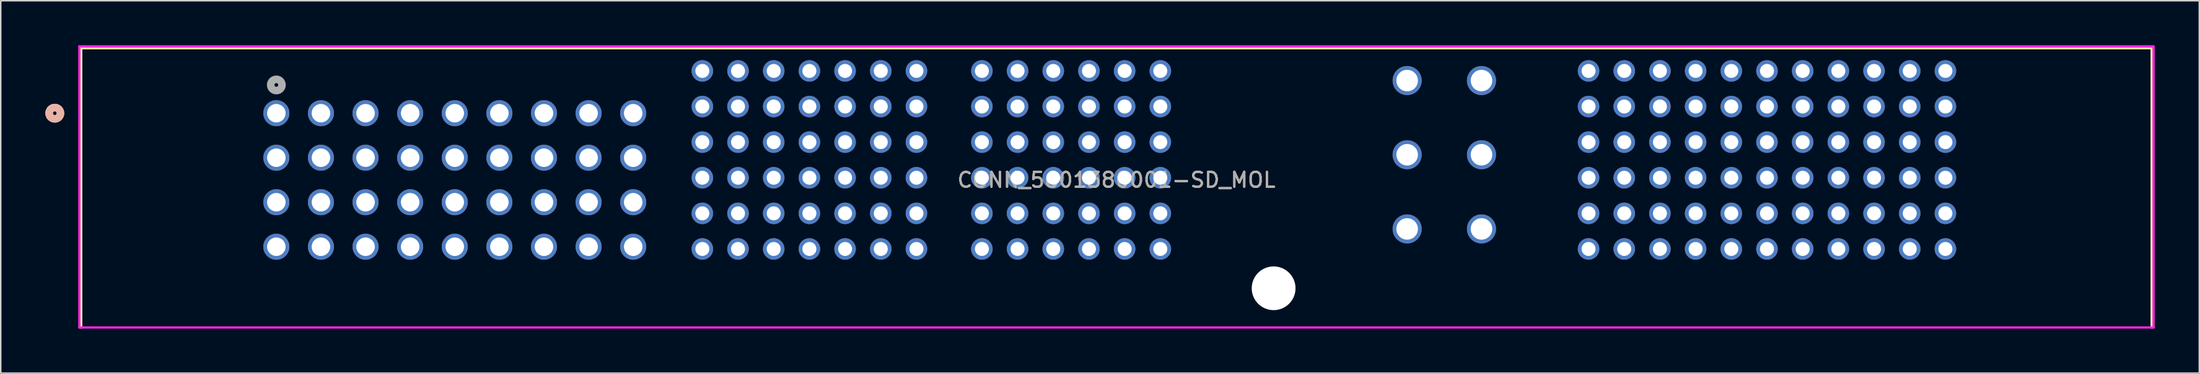
<source format=kicad_pcb>
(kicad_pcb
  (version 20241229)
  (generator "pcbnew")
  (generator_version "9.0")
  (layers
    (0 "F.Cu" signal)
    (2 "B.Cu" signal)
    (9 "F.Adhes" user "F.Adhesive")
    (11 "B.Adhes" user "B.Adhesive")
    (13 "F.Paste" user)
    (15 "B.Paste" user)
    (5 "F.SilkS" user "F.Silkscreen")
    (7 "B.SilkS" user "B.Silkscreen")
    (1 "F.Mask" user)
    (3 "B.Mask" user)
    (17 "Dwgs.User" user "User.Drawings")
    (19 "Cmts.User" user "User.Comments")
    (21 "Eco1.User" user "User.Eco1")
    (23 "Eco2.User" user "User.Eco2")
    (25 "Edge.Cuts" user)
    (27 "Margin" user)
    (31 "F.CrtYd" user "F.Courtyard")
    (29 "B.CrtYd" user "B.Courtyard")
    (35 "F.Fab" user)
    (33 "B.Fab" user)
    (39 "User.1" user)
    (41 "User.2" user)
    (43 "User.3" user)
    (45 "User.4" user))
  (footprint "CONN_5601380001-SD_MOL"
    (layer "F.Cu")
    (at 15.534 4.58)
    (property "Reference" "CONN_5601380001-SD_MOL" (at 56.5 4.5 0) (unlocked yes) (layer "F.SilkS") (effects (font (size 1 1) (thickness 0.15))))
    (attr through_hole)
    (fp_line (start -13.121 -4.377) (end -13.121 14.442) (stroke (width 0.152) (type solid)) (layer "F.SilkS"))
    (fp_line (start 126.121 -4.377) (end -13.121 -4.377) (stroke (width 0.152) (type solid)) (layer "F.SilkS"))
    (fp_line (start 126.121 14.442) (end 126.121 -4.377) (stroke (width 0.152) (type solid)) (layer "F.SilkS"))
    (fp_circle (center -14.899 0) (end -14.518 0) (stroke (width 0.508) (type solid)) (fill no) (layer "F.SilkS"))
    (fp_circle (center -14.899 0) (end -14.518 0) (stroke (width 0.508) (type solid)) (fill no) (layer "B.SilkS"))
    (fp_line (start -13.248 -4.504) (end -13.248 14.442) (stroke (width 0.152) (type solid)) (layer "F.CrtYd"))
    (fp_line (start -13.248 14.442) (end 126.248 14.442) (stroke (width 0.152) (type solid)) (layer "F.CrtYd"))
    (fp_line (start 126.248 -4.504) (end -13.248 -4.504) (stroke (width 0.152) (type solid)) (layer "F.CrtYd"))
    (fp_line (start 126.248 14.442) (end 126.248 -4.504) (stroke (width 0.152) (type solid)) (layer "F.CrtYd"))
    (fp_circle (center 0 -1.905) (end 0.381 -1.905) (stroke (width 0.508) (type solid)) (fill no) (layer "F.Fab"))
    (fp_text user "${REFERENCE}" (at 56.5 4.5 0) (unlocked yes) (layer "F.Fab") (effects (font (size 1 1) (thickness 0.15))))
    (pad "" np_thru_hole circle (at 67.07 11.8) (size 2.946 2.946) (drill 2.946) (layers "*.Cu" "*.Mask"))
    (pad "1" thru_hole circle (at 0 0) (size 1.753 1.753) (drill 1.245) (layers "*.Cu" "*.Mask"))
    (pad "2" thru_hole circle (at 3 0) (size 1.753 1.753) (drill 1.245) (layers "*.Cu" "*.Mask"))
    (pad "3" thru_hole circle (at 6 0) (size 1.753 1.753) (drill 1.245) (layers "*.Cu" "*.Mask"))
    (pad "4" thru_hole circle (at 9 0) (size 1.753 1.753) (drill 1.245) (layers "*.Cu" "*.Mask"))
    (pad "5" thru_hole circle (at 12 0) (size 1.753 1.753) (drill 1.245) (layers "*.Cu" "*.Mask"))
    (pad "6" thru_hole circle (at 15 0) (size 1.753 1.753) (drill 1.245) (layers "*.Cu" "*.Mask"))
    (pad "7" thru_hole circle (at 18 0) (size 1.753 1.753) (drill 1.245) (layers "*.Cu" "*.Mask"))
    (pad "8" thru_hole circle (at 21 0) (size 1.753 1.753) (drill 1.245) (layers "*.Cu" "*.Mask"))
    (pad "9" thru_hole circle (at 24 0) (size 1.753 1.753) (drill 1.245) (layers "*.Cu" "*.Mask"))
    (pad "10" thru_hole circle (at 0 3) (size 1.753 1.753) (drill 1.245) (layers "*.Cu" "*.Mask"))
    (pad "11" thru_hole circle (at 3 3) (size 1.753 1.753) (drill 1.245) (layers "*.Cu" "*.Mask"))
    (pad "12" thru_hole circle (at 6 3) (size 1.753 1.753) (drill 1.245) (layers "*.Cu" "*.Mask"))
    (pad "13" thru_hole circle (at 9 3) (size 1.753 1.753) (drill 1.245) (layers "*.Cu" "*.Mask"))
    (pad "14" thru_hole circle (at 12 3) (size 1.753 1.753) (drill 1.245) (layers "*.Cu" "*.Mask"))
    (pad "15" thru_hole circle (at 15 3) (size 1.753 1.753) (drill 1.245) (layers "*.Cu" "*.Mask"))
    (pad "16" thru_hole circle (at 18 3) (size 1.753 1.753) (drill 1.245) (layers "*.Cu" "*.Mask"))
    (pad "17" thru_hole circle (at 21 3) (size 1.753 1.753) (drill 1.245) (layers "*.Cu" "*.Mask"))
    (pad "18" thru_hole circle (at 24 3) (size 1.753 1.753) (drill 1.245) (layers "*.Cu" "*.Mask"))
    (pad "19" thru_hole circle (at 0 6) (size 1.753 1.753) (drill 1.245) (layers "*.Cu" "*.Mask"))
    (pad "20" thru_hole circle (at 3 6) (size 1.753 1.753) (drill 1.245) (layers "*.Cu" "*.Mask"))
    (pad "21" thru_hole circle (at 6 6) (size 1.753 1.753) (drill 1.245) (layers "*.Cu" "*.Mask"))
    (pad "22" thru_hole circle (at 9 6) (size 1.753 1.753) (drill 1.245) (layers "*.Cu" "*.Mask"))
    (pad "23" thru_hole circle (at 12 6) (size 1.753 1.753) (drill 1.245) (layers "*.Cu" "*.Mask"))
    (pad "24" thru_hole circle (at 15 6) (size 1.753 1.753) (drill 1.245) (layers "*.Cu" "*.Mask"))
    (pad "25" thru_hole circle (at 18 6) (size 1.753 1.753) (drill 1.245) (layers "*.Cu" "*.Mask"))
    (pad "26" thru_hole circle (at 21 6) (size 1.753 1.753) (drill 1.245) (layers "*.Cu" "*.Mask"))
    (pad "27" thru_hole circle (at 24 6) (size 1.753 1.753) (drill 1.245) (layers "*.Cu" "*.Mask"))
    (pad "28" thru_hole circle (at 0 9) (size 1.753 1.753) (drill 1.245) (layers "*.Cu" "*.Mask"))
    (pad "29" thru_hole circle (at 3 9) (size 1.753 1.753) (drill 1.245) (layers "*.Cu" "*.Mask"))
    (pad "30" thru_hole circle (at 6 9) (size 1.753 1.753) (drill 1.245) (layers "*.Cu" "*.Mask"))
    (pad "31" thru_hole circle (at 9 9) (size 1.753 1.753) (drill 1.245) (layers "*.Cu" "*.Mask"))
    (pad "32" thru_hole circle (at 12 9) (size 1.753 1.753) (drill 1.245) (layers "*.Cu" "*.Mask"))
    (pad "33" thru_hole circle (at 15 9) (size 1.753 1.753) (drill 1.245) (layers "*.Cu" "*.Mask"))
    (pad "34" thru_hole circle (at 18 9) (size 1.753 1.753) (drill 1.245) (layers "*.Cu" "*.Mask"))
    (pad "35" thru_hole circle (at 21 9) (size 1.753 1.753) (drill 1.245) (layers "*.Cu" "*.Mask"))
    (pad "36" thru_hole circle (at 24 9) (size 1.753 1.753) (drill 1.245) (layers "*.Cu" "*.Mask"))
    (pad "37" thru_hole circle (at 28.65 -2.85) (size 1.448 1.448) (drill 0.94) (layers "*.Cu" "*.Mask"))
    (pad "38" thru_hole circle (at 31.05 -2.85) (size 1.448 1.448) (drill 0.94) (layers "*.Cu" "*.Mask"))
    (pad "39" thru_hole circle (at 33.45 -2.85) (size 1.448 1.448) (drill 0.94) (layers "*.Cu" "*.Mask"))
    (pad "40" thru_hole circle (at 35.85 -2.85) (size 1.448 1.448) (drill 0.94) (layers "*.Cu" "*.Mask"))
    (pad "41" thru_hole circle (at 38.25 -2.85) (size 1.448 1.448) (drill 0.94) (layers "*.Cu" "*.Mask"))
    (pad "42" thru_hole circle (at 40.65 -2.85) (size 1.448 1.448) (drill 0.94) (layers "*.Cu" "*.Mask"))
    (pad "43" thru_hole circle (at 43.05 -2.85) (size 1.448 1.448) (drill 0.94) (layers "*.Cu" "*.Mask"))
    (pad "44" thru_hole circle (at 47.45 -2.85) (size 1.448 1.448) (drill 0.94) (layers "*.Cu" "*.Mask"))
    (pad "45" thru_hole circle (at 49.85 -2.85) (size 1.448 1.448) (drill 0.94) (layers "*.Cu" "*.Mask"))
    (pad "46" thru_hole circle (at 52.25 -2.85) (size 1.448 1.448) (drill 0.94) (layers "*.Cu" "*.Mask"))
    (pad "47" thru_hole circle (at 54.65 -2.85) (size 1.448 1.448) (drill 0.94) (layers "*.Cu" "*.Mask"))
    (pad "48" thru_hole circle (at 57.05 -2.85) (size 1.448 1.448) (drill 0.94) (layers "*.Cu" "*.Mask"))
    (pad "49" thru_hole circle (at 59.45 -2.85) (size 1.448 1.448) (drill 0.94) (layers "*.Cu" "*.Mask"))
    (pad "50" thru_hole circle (at 28.65 -0.45) (size 1.448 1.448) (drill 0.94) (layers "*.Cu" "*.Mask"))
    (pad "51" thru_hole circle (at 31.05 -0.45) (size 1.448 1.448) (drill 0.94) (layers "*.Cu" "*.Mask"))
    (pad "52" thru_hole circle (at 33.45 -0.45) (size 1.448 1.448) (drill 0.94) (layers "*.Cu" "*.Mask"))
    (pad "53" thru_hole circle (at 35.85 -0.45) (size 1.448 1.448) (drill 0.94) (layers "*.Cu" "*.Mask"))
    (pad "54" thru_hole circle (at 38.25 -0.45) (size 1.448 1.448) (drill 0.94) (layers "*.Cu" "*.Mask"))
    (pad "55" thru_hole circle (at 40.65 -0.45) (size 1.448 1.448) (drill 0.94) (layers "*.Cu" "*.Mask"))
    (pad "56" thru_hole circle (at 43.05 -0.45) (size 1.448 1.448) (drill 0.94) (layers "*.Cu" "*.Mask"))
    (pad "57" thru_hole circle (at 47.45 -0.45) (size 1.448 1.448) (drill 0.94) (layers "*.Cu" "*.Mask"))
    (pad "58" thru_hole circle (at 49.85 -0.45) (size 1.448 1.448) (drill 0.94) (layers "*.Cu" "*.Mask"))
    (pad "59" thru_hole circle (at 52.25 -0.45) (size 1.448 1.448) (drill 0.94) (layers "*.Cu" "*.Mask"))
    (pad "60" thru_hole circle (at 54.65 -0.45) (size 1.448 1.448) (drill 0.94) (layers "*.Cu" "*.Mask"))
    (pad "61" thru_hole circle (at 57.05 -0.45) (size 1.448 1.448) (drill 0.94) (layers "*.Cu" "*.Mask"))
    (pad "62" thru_hole circle (at 59.45 -0.45) (size 1.448 1.448) (drill 0.94) (layers "*.Cu" "*.Mask"))
    (pad "63" thru_hole circle (at 28.65 1.95) (size 1.448 1.448) (drill 0.94) (layers "*.Cu" "*.Mask"))
    (pad "64" thru_hole circle (at 31.05 1.95) (size 1.448 1.448) (drill 0.94) (layers "*.Cu" "*.Mask"))
    (pad "65" thru_hole circle (at 33.45 1.95) (size 1.448 1.448) (drill 0.94) (layers "*.Cu" "*.Mask"))
    (pad "66" thru_hole circle (at 35.85 1.95) (size 1.448 1.448) (drill 0.94) (layers "*.Cu" "*.Mask"))
    (pad "67" thru_hole circle (at 38.25 1.95) (size 1.448 1.448) (drill 0.94) (layers "*.Cu" "*.Mask"))
    (pad "68" thru_hole circle (at 40.65 1.95) (size 1.448 1.448) (drill 0.94) (layers "*.Cu" "*.Mask"))
    (pad "69" thru_hole circle (at 43.05 1.95) (size 1.448 1.448) (drill 0.94) (layers "*.Cu" "*.Mask"))
    (pad "70" thru_hole circle (at 47.45 1.95) (size 1.448 1.448) (drill 0.94) (layers "*.Cu" "*.Mask"))
    (pad "71" thru_hole circle (at 49.85 1.95) (size 1.448 1.448) (drill 0.94) (layers "*.Cu" "*.Mask"))
    (pad "72" thru_hole circle (at 52.25 1.95) (size 1.448 1.448) (drill 0.94) (layers "*.Cu" "*.Mask"))
    (pad "73" thru_hole circle (at 54.65 1.95) (size 1.448 1.448) (drill 0.94) (layers "*.Cu" "*.Mask"))
    (pad "74" thru_hole circle (at 57.05 1.95) (size 1.448 1.448) (drill 0.94) (layers "*.Cu" "*.Mask"))
    (pad "75" thru_hole circle (at 59.45 1.95) (size 1.448 1.448) (drill 0.94) (layers "*.Cu" "*.Mask"))
    (pad "76" thru_hole circle (at 28.65 4.35) (size 1.448 1.448) (drill 0.94) (layers "*.Cu" "*.Mask"))
    (pad "77" thru_hole circle (at 31.05 4.35) (size 1.448 1.448) (drill 0.94) (layers "*.Cu" "*.Mask"))
    (pad "78" thru_hole circle (at 33.45 4.35) (size 1.448 1.448) (drill 0.94) (layers "*.Cu" "*.Mask"))
    (pad "79" thru_hole circle (at 35.85 4.35) (size 1.448 1.448) (drill 0.94) (layers "*.Cu" "*.Mask"))
    (pad "80" thru_hole circle (at 38.25 4.35) (size 1.448 1.448) (drill 0.94) (layers "*.Cu" "*.Mask"))
    (pad "81" thru_hole circle (at 40.65 4.35) (size 1.448 1.448) (drill 0.94) (layers "*.Cu" "*.Mask"))
    (pad "82" thru_hole circle (at 43.05 4.35) (size 1.448 1.448) (drill 0.94) (layers "*.Cu" "*.Mask"))
    (pad "83" thru_hole circle (at 47.45 4.35) (size 1.448 1.448) (drill 0.94) (layers "*.Cu" "*.Mask"))
    (pad "84" thru_hole circle (at 49.85 4.35) (size 1.448 1.448) (drill 0.94) (layers "*.Cu" "*.Mask"))
    (pad "85" thru_hole circle (at 52.25 4.35) (size 1.448 1.448) (drill 0.94) (layers "*.Cu" "*.Mask"))
    (pad "86" thru_hole circle (at 54.65 4.35) (size 1.448 1.448) (drill 0.94) (layers "*.Cu" "*.Mask"))
    (pad "87" thru_hole circle (at 57.05 4.35) (size 1.448 1.448) (drill 0.94) (layers "*.Cu" "*.Mask"))
    (pad "88" thru_hole circle (at 59.45 4.35) (size 1.448 1.448) (drill 0.94) (layers "*.Cu" "*.Mask"))
    (pad "89" thru_hole circle (at 28.65 6.75) (size 1.448 1.448) (drill 0.94) (layers "*.Cu" "*.Mask"))
    (pad "90" thru_hole circle (at 31.05 6.75) (size 1.448 1.448) (drill 0.94) (layers "*.Cu" "*.Mask"))
    (pad "91" thru_hole circle (at 33.45 6.75) (size 1.448 1.448) (drill 0.94) (layers "*.Cu" "*.Mask"))
    (pad "92" thru_hole circle (at 35.85 6.75) (size 1.448 1.448) (drill 0.94) (layers "*.Cu" "*.Mask"))
    (pad "93" thru_hole circle (at 38.25 6.75) (size 1.448 1.448) (drill 0.94) (layers "*.Cu" "*.Mask"))
    (pad "94" thru_hole circle (at 40.65 6.75) (size 1.448 1.448) (drill 0.94) (layers "*.Cu" "*.Mask"))
    (pad "95" thru_hole circle (at 43.05 6.75) (size 1.448 1.448) (drill 0.94) (layers "*.Cu" "*.Mask"))
    (pad "96" thru_hole circle (at 47.45 6.75) (size 1.448 1.448) (drill 0.94) (layers "*.Cu" "*.Mask"))
    (pad "97" thru_hole circle (at 49.85 6.75) (size 1.448 1.448) (drill 0.94) (layers "*.Cu" "*.Mask"))
    (pad "98" thru_hole circle (at 52.25 6.75) (size 1.448 1.448) (drill 0.94) (layers "*.Cu" "*.Mask"))
    (pad "99" thru_hole circle (at 54.65 6.75) (size 1.448 1.448) (drill 0.94) (layers "*.Cu" "*.Mask"))
    (pad "100" thru_hole circle (at 57.05 6.75) (size 1.448 1.448) (drill 0.94) (layers "*.Cu" "*.Mask"))
    (pad "101" thru_hole circle (at 59.45 6.75) (size 1.448 1.448) (drill 0.94) (layers "*.Cu" "*.Mask"))
    (pad "102" thru_hole circle (at 28.65 9.15) (size 1.448 1.448) (drill 0.94) (layers "*.Cu" "*.Mask"))
    (pad "103" thru_hole circle (at 31.05 9.15) (size 1.448 1.448) (drill 0.94) (layers "*.Cu" "*.Mask"))
    (pad "104" thru_hole circle (at 33.45 9.15) (size 1.448 1.448) (drill 0.94) (layers "*.Cu" "*.Mask"))
    (pad "105" thru_hole circle (at 35.85 9.15) (size 1.448 1.448) (drill 0.94) (layers "*.Cu" "*.Mask"))
    (pad "106" thru_hole circle (at 38.25 9.15) (size 1.448 1.448) (drill 0.94) (layers "*.Cu" "*.Mask"))
    (pad "107" thru_hole circle (at 40.65 9.15) (size 1.448 1.448) (drill 0.94) (layers "*.Cu" "*.Mask"))
    (pad "108" thru_hole circle (at 43.05 9.15) (size 1.448 1.448) (drill 0.94) (layers "*.Cu" "*.Mask"))
    (pad "109" thru_hole circle (at 47.45 9.15) (size 1.448 1.448) (drill 0.94) (layers "*.Cu" "*.Mask"))
    (pad "110" thru_hole circle (at 49.85 9.15) (size 1.448 1.448) (drill 0.94) (layers "*.Cu" "*.Mask"))
    (pad "111" thru_hole circle (at 52.25 9.15) (size 1.448 1.448) (drill 0.94) (layers "*.Cu" "*.Mask"))
    (pad "112" thru_hole circle (at 54.65 9.15) (size 1.448 1.448) (drill 0.94) (layers "*.Cu" "*.Mask"))
    (pad "113" thru_hole circle (at 57.05 9.15) (size 1.448 1.448) (drill 0.94) (layers "*.Cu" "*.Mask"))
    (pad "114" thru_hole circle (at 59.45 9.15) (size 1.448 1.448) (drill 0.94) (layers "*.Cu" "*.Mask"))
    (pad "115" thru_hole circle (at 76.05 -2.2) (size 1.956 1.956) (drill 1.448) (layers "*.Cu" "*.Mask"))
    (pad "116" thru_hole circle (at 81.05 -2.2) (size 1.956 1.956) (drill 1.448) (layers "*.Cu" "*.Mask"))
    (pad "117" thru_hole circle (at 76.05 2.8) (size 1.956 1.956) (drill 1.448) (layers "*.Cu" "*.Mask"))
    (pad "118" thru_hole circle (at 81.05 2.8) (size 1.956 1.956) (drill 1.448) (layers "*.Cu" "*.Mask"))
    (pad "119" thru_hole circle (at 76.05 7.8) (size 1.956 1.956) (drill 1.448) (layers "*.Cu" "*.Mask"))
    (pad "120" thru_hole circle (at 81.05 7.8) (size 1.956 1.956) (drill 1.448) (layers "*.Cu" "*.Mask"))
    (pad "121" thru_hole circle (at 88.25 -2.85) (size 1.448 1.448) (drill 0.94) (layers "*.Cu" "*.Mask"))
    (pad "122" thru_hole circle (at 90.65 -2.85) (size 1.448 1.448) (drill 0.94) (layers "*.Cu" "*.Mask"))
    (pad "123" thru_hole circle (at 93.05 -2.85) (size 1.448 1.448) (drill 0.94) (layers "*.Cu" "*.Mask"))
    (pad "124" thru_hole circle (at 95.45 -2.85) (size 1.448 1.448) (drill 0.94) (layers "*.Cu" "*.Mask"))
    (pad "125" thru_hole circle (at 97.85 -2.85) (size 1.448 1.448) (drill 0.94) (layers "*.Cu" "*.Mask"))
    (pad "126" thru_hole circle (at 100.25 -2.85) (size 1.448 1.448) (drill 0.94) (layers "*.Cu" "*.Mask"))
    (pad "127" thru_hole circle (at 102.65 -2.85) (size 1.448 1.448) (drill 0.94) (layers "*.Cu" "*.Mask"))
    (pad "128" thru_hole circle (at 105.05 -2.85) (size 1.448 1.448) (drill 0.94) (layers "*.Cu" "*.Mask"))
    (pad "129" thru_hole circle (at 107.45 -2.85) (size 1.448 1.448) (drill 0.94) (layers "*.Cu" "*.Mask"))
    (pad "130" thru_hole circle (at 109.85 -2.85) (size 1.448 1.448) (drill 0.94) (layers "*.Cu" "*.Mask"))
    (pad "131" thru_hole circle (at 112.25 -2.85) (size 1.448 1.448) (drill 0.94) (layers "*.Cu" "*.Mask"))
    (pad "132" thru_hole circle (at 88.25 -0.45) (size 1.448 1.448) (drill 0.94) (layers "*.Cu" "*.Mask"))
    (pad "133" thru_hole circle (at 90.65 -0.45) (size 1.448 1.448) (drill 0.94) (layers "*.Cu" "*.Mask"))
    (pad "134" thru_hole circle (at 93.05 -0.45) (size 1.448 1.448) (drill 0.94) (layers "*.Cu" "*.Mask"))
    (pad "135" thru_hole circle (at 95.45 -0.45) (size 1.448 1.448) (drill 0.94) (layers "*.Cu" "*.Mask"))
    (pad "136" thru_hole circle (at 97.85 -0.45) (size 1.448 1.448) (drill 0.94) (layers "*.Cu" "*.Mask"))
    (pad "137" thru_hole circle (at 100.25 -0.45) (size 1.448 1.448) (drill 0.94) (layers "*.Cu" "*.Mask"))
    (pad "138" thru_hole circle (at 102.65 -0.45) (size 1.448 1.448) (drill 0.94) (layers "*.Cu" "*.Mask"))
    (pad "139" thru_hole circle (at 105.05 -0.45) (size 1.448 1.448) (drill 0.94) (layers "*.Cu" "*.Mask"))
    (pad "140" thru_hole circle (at 107.45 -0.45) (size 1.448 1.448) (drill 0.94) (layers "*.Cu" "*.Mask"))
    (pad "141" thru_hole circle (at 109.85 -0.45) (size 1.448 1.448) (drill 0.94) (layers "*.Cu" "*.Mask"))
    (pad "142" thru_hole circle (at 112.25 -0.45) (size 1.448 1.448) (drill 0.94) (layers "*.Cu" "*.Mask"))
    (pad "143" thru_hole circle (at 88.25 1.95) (size 1.448 1.448) (drill 0.94) (layers "*.Cu" "*.Mask"))
    (pad "144" thru_hole circle (at 90.65 1.95) (size 1.448 1.448) (drill 0.94) (layers "*.Cu" "*.Mask"))
    (pad "145" thru_hole circle (at 93.05 1.95) (size 1.448 1.448) (drill 0.94) (layers "*.Cu" "*.Mask"))
    (pad "146" thru_hole circle (at 95.45 1.95) (size 1.448 1.448) (drill 0.94) (layers "*.Cu" "*.Mask"))
    (pad "147" thru_hole circle (at 97.85 1.95) (size 1.448 1.448) (drill 0.94) (layers "*.Cu" "*.Mask"))
    (pad "148" thru_hole circle (at 100.25 1.95) (size 1.448 1.448) (drill 0.94) (layers "*.Cu" "*.Mask"))
    (pad "149" thru_hole circle (at 102.65 1.95) (size 1.448 1.448) (drill 0.94) (layers "*.Cu" "*.Mask"))
    (pad "150" thru_hole circle (at 105.05 1.95) (size 1.448 1.448) (drill 0.94) (layers "*.Cu" "*.Mask"))
    (pad "151" thru_hole circle (at 107.45 1.95) (size 1.448 1.448) (drill 0.94) (layers "*.Cu" "*.Mask"))
    (pad "152" thru_hole circle (at 109.85 1.95) (size 1.448 1.448) (drill 0.94) (layers "*.Cu" "*.Mask"))
    (pad "153" thru_hole circle (at 112.25 1.95) (size 1.448 1.448) (drill 0.94) (layers "*.Cu" "*.Mask"))
    (pad "154" thru_hole circle (at 88.25 4.35) (size 1.448 1.448) (drill 0.94) (layers "*.Cu" "*.Mask"))
    (pad "155" thru_hole circle (at 90.65 4.35) (size 1.448 1.448) (drill 0.94) (layers "*.Cu" "*.Mask"))
    (pad "156" thru_hole circle (at 93.05 4.35) (size 1.448 1.448) (drill 0.94) (layers "*.Cu" "*.Mask"))
    (pad "157" thru_hole circle (at 95.45 4.35) (size 1.448 1.448) (drill 0.94) (layers "*.Cu" "*.Mask"))
    (pad "158" thru_hole circle (at 97.85 4.35) (size 1.448 1.448) (drill 0.94) (layers "*.Cu" "*.Mask"))
    (pad "159" thru_hole circle (at 100.25 4.35) (size 1.448 1.448) (drill 0.94) (layers "*.Cu" "*.Mask"))
    (pad "160" thru_hole circle (at 102.65 4.35) (size 1.448 1.448) (drill 0.94) (layers "*.Cu" "*.Mask"))
    (pad "161" thru_hole circle (at 105.05 4.35) (size 1.448 1.448) (drill 0.94) (layers "*.Cu" "*.Mask"))
    (pad "162" thru_hole circle (at 107.45 4.35) (size 1.448 1.448) (drill 0.94) (layers "*.Cu" "*.Mask"))
    (pad "163" thru_hole circle (at 109.85 4.35) (size 1.448 1.448) (drill 0.94) (layers "*.Cu" "*.Mask"))
    (pad "164" thru_hole circle (at 112.25 4.35) (size 1.448 1.448) (drill 0.94) (layers "*.Cu" "*.Mask"))
    (pad "165" thru_hole circle (at 88.25 6.75) (size 1.448 1.448) (drill 0.94) (layers "*.Cu" "*.Mask"))
    (pad "166" thru_hole circle (at 90.65 6.75) (size 1.448 1.448) (drill 0.94) (layers "*.Cu" "*.Mask"))
    (pad "167" thru_hole circle (at 93.05 6.75) (size 1.448 1.448) (drill 0.94) (layers "*.Cu" "*.Mask"))
    (pad "168" thru_hole circle (at 95.45 6.75) (size 1.448 1.448) (drill 0.94) (layers "*.Cu" "*.Mask"))
    (pad "169" thru_hole circle (at 97.85 6.75) (size 1.448 1.448) (drill 0.94) (layers "*.Cu" "*.Mask"))
    (pad "170" thru_hole circle (at 100.25 6.75) (size 1.448 1.448) (drill 0.94) (layers "*.Cu" "*.Mask"))
    (pad "171" thru_hole circle (at 102.65 6.75) (size 1.448 1.448) (drill 0.94) (layers "*.Cu" "*.Mask"))
    (pad "172" thru_hole circle (at 105.05 6.75) (size 1.448 1.448) (drill 0.94) (layers "*.Cu" "*.Mask"))
    (pad "173" thru_hole circle (at 107.45 6.75) (size 1.448 1.448) (drill 0.94) (layers "*.Cu" "*.Mask"))
    (pad "174" thru_hole circle (at 109.85 6.75) (size 1.448 1.448) (drill 0.94) (layers "*.Cu" "*.Mask"))
    (pad "175" thru_hole circle (at 112.25 6.75) (size 1.448 1.448) (drill 0.94) (layers "*.Cu" "*.Mask"))
    (pad "176" thru_hole circle (at 88.25 9.15) (size 1.448 1.448) (drill 0.94) (layers "*.Cu" "*.Mask"))
    (pad "177" thru_hole circle (at 90.65 9.15) (size 1.448 1.448) (drill 0.94) (layers "*.Cu" "*.Mask"))
    (pad "178" thru_hole circle (at 93.05 9.15) (size 1.448 1.448) (drill 0.94) (layers "*.Cu" "*.Mask"))
    (pad "179" thru_hole circle (at 95.45 9.15) (size 1.448 1.448) (drill 0.94) (layers "*.Cu" "*.Mask"))
    (pad "180" thru_hole circle (at 97.85 9.15) (size 1.448 1.448) (drill 0.94) (layers "*.Cu" "*.Mask"))
    (pad "181" thru_hole circle (at 100.25 9.15) (size 1.448 1.448) (drill 0.94) (layers "*.Cu" "*.Mask"))
    (pad "182" thru_hole circle (at 102.65 9.15) (size 1.448 1.448) (drill 0.94) (layers "*.Cu" "*.Mask"))
    (pad "183" thru_hole circle (at 105.05 9.15) (size 1.448 1.448) (drill 0.94) (layers "*.Cu" "*.Mask"))
    (pad "184" thru_hole circle (at 107.45 9.15) (size 1.448 1.448) (drill 0.94) (layers "*.Cu" "*.Mask"))
    (pad "185" thru_hole circle (at 109.85 9.15) (size 1.448 1.448) (drill 0.94) (layers "*.Cu" "*.Mask"))
    (pad "186" thru_hole circle (at 112.25 9.15) (size 1.448 1.448) (drill 0.94) (layers "*.Cu" "*.Mask")))
  (gr_rect
    (start -3 -3)
    (end 144.859 22.099)
    (stroke (width 0.1) (type default))
    (fill no)
    (layer "Edge.Cuts")))
</source>
